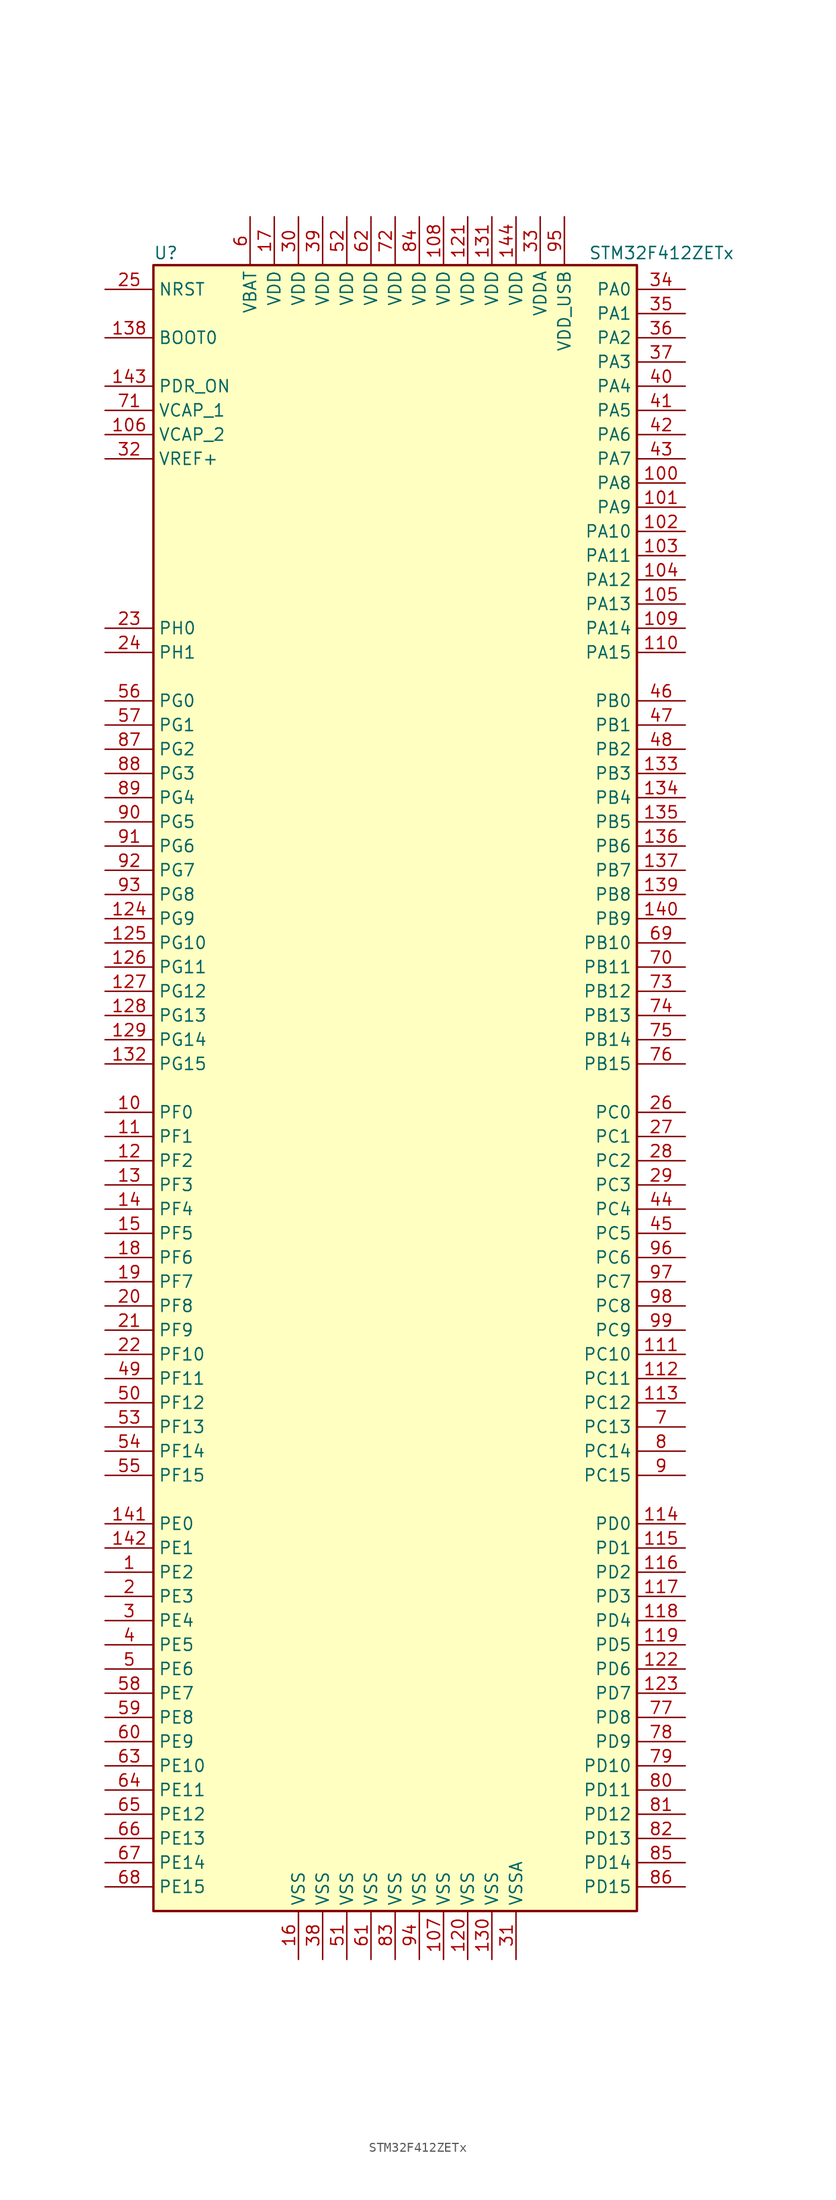
<source format=kicad_sym>
(kicad_symbol_lib
  (version 20211014)
  (generator kicad_symbol_editor)
  (symbol "STM32F412ZETx"
    (property "Reference" "U"
      (at -25.4 87.63 0)
      (effects (font (size 1.27 1.27)) (justify left)))
    (property "Value" "STM32F412ZETx"
      (at 20.32 87.63 0)
      (effects (font (size 1.27 1.27)) (justify left)))
    (symbol "STM32F412ZETx_0_1"
      (rectangle (start -25.4 -86.36) (end 25.4 86.36) (stroke (width 0.254) (type default) (color 0 0 0 0)) (fill (type background))))
    (symbol "STM32F412ZETx_1_1"
      (pin bidirectional line (at -30.48 -50.8 0) (length 5.08) (name "PE2" (effects (font (size 1.27 1.27)))) (number "1" (effects (font (size 1.27 1.27)))))
      (pin bidirectional line (at -30.48 -2.54 0) (length 5.08) (name "PF0" (effects (font (size 1.27 1.27)))) (number "10" (effects (font (size 1.27 1.27)))))
      (pin bidirectional line (at 30.48 63.5 180) (length 5.08) (name "PA8" (effects (font (size 1.27 1.27)))) (number "100" (effects (font (size 1.27 1.27)))))
      (pin bidirectional line (at 30.48 60.96 180) (length 5.08) (name "PA9" (effects (font (size 1.27 1.27)))) (number "101" (effects (font (size 1.27 1.27)))))
      (pin bidirectional line (at 30.48 58.42 180) (length 5.08) (name "PA10" (effects (font (size 1.27 1.27)))) (number "102" (effects (font (size 1.27 1.27)))))
      (pin bidirectional line (at 30.48 55.88 180) (length 5.08) (name "PA11" (effects (font (size 1.27 1.27)))) (number "103" (effects (font (size 1.27 1.27)))))
      (pin bidirectional line (at 30.48 53.34 180) (length 5.08) (name "PA12" (effects (font (size 1.27 1.27)))) (number "104" (effects (font (size 1.27 1.27)))))
      (pin bidirectional line (at 30.48 50.8 180) (length 5.08) (name "PA13" (effects (font (size 1.27 1.27)))) (number "105" (effects (font (size 1.27 1.27)))))
      (pin power_in line (at -30.48 68.58 0) (length 5.08) (name "VCAP_2" (effects (font (size 1.27 1.27)))) (number "106" (effects (font (size 1.27 1.27)))))
      (pin power_in line (at 5.08 -91.44 90) (length 5.08) (name "VSS" (effects (font (size 1.27 1.27)))) (number "107" (effects (font (size 1.27 1.27)))))
      (pin power_in line (at 5.08 91.44 270) (length 5.08) (name "VDD" (effects (font (size 1.27 1.27)))) (number "108" (effects (font (size 1.27 1.27)))))
      (pin bidirectional line (at 30.48 48.26 180) (length 5.08) (name "PA14" (effects (font (size 1.27 1.27)))) (number "109" (effects (font (size 1.27 1.27)))))
      (pin bidirectional line (at -30.48 -5.08 0) (length 5.08) (name "PF1" (effects (font (size 1.27 1.27)))) (number "11" (effects (font (size 1.27 1.27)))))
      (pin bidirectional line (at 30.48 45.72 180) (length 5.08) (name "PA15" (effects (font (size 1.27 1.27)))) (number "110" (effects (font (size 1.27 1.27)))))
      (pin bidirectional line (at 30.48 -27.94 180) (length 5.08) (name "PC10" (effects (font (size 1.27 1.27)))) (number "111" (effects (font (size 1.27 1.27)))))
      (pin bidirectional line (at 30.48 -30.48 180) (length 5.08) (name "PC11" (effects (font (size 1.27 1.27)))) (number "112" (effects (font (size 1.27 1.27)))))
      (pin bidirectional line (at 30.48 -33.02 180) (length 5.08) (name "PC12" (effects (font (size 1.27 1.27)))) (number "113" (effects (font (size 1.27 1.27)))))
      (pin bidirectional line (at 30.48 -45.72 180) (length 5.08) (name "PD0" (effects (font (size 1.27 1.27)))) (number "114" (effects (font (size 1.27 1.27)))))
      (pin bidirectional line (at 30.48 -48.26 180) (length 5.08) (name "PD1" (effects (font (size 1.27 1.27)))) (number "115" (effects (font (size 1.27 1.27)))))
      (pin bidirectional line (at 30.48 -50.8 180) (length 5.08) (name "PD2" (effects (font (size 1.27 1.27)))) (number "116" (effects (font (size 1.27 1.27)))))
      (pin bidirectional line (at 30.48 -53.34 180) (length 5.08) (name "PD3" (effects (font (size 1.27 1.27)))) (number "117" (effects (font (size 1.27 1.27)))))
      (pin bidirectional line (at 30.48 -55.88 180) (length 5.08) (name "PD4" (effects (font (size 1.27 1.27)))) (number "118" (effects (font (size 1.27 1.27)))))
      (pin bidirectional line (at 30.48 -58.42 180) (length 5.08) (name "PD5" (effects (font (size 1.27 1.27)))) (number "119" (effects (font (size 1.27 1.27)))))
      (pin bidirectional line (at -30.48 -7.62 0) (length 5.08) (name "PF2" (effects (font (size 1.27 1.27)))) (number "12" (effects (font (size 1.27 1.27)))))
      (pin power_in line (at 7.62 -91.44 90) (length 5.08) (name "VSS" (effects (font (size 1.27 1.27)))) (number "120" (effects (font (size 1.27 1.27)))))
      (pin power_in line (at 7.62 91.44 270) (length 5.08) (name "VDD" (effects (font (size 1.27 1.27)))) (number "121" (effects (font (size 1.27 1.27)))))
      (pin bidirectional line (at 30.48 -60.96 180) (length 5.08) (name "PD6" (effects (font (size 1.27 1.27)))) (number "122" (effects (font (size 1.27 1.27)))))
      (pin bidirectional line (at 30.48 -63.5 180) (length 5.08) (name "PD7" (effects (font (size 1.27 1.27)))) (number "123" (effects (font (size 1.27 1.27)))))
      (pin bidirectional line (at -30.48 17.78 0) (length 5.08) (name "PG9" (effects (font (size 1.27 1.27)))) (number "124" (effects (font (size 1.27 1.27)))))
      (pin bidirectional line (at -30.48 15.24 0) (length 5.08) (name "PG10" (effects (font (size 1.27 1.27)))) (number "125" (effects (font (size 1.27 1.27)))))
      (pin bidirectional line (at -30.48 12.7 0) (length 5.08) (name "PG11" (effects (font (size 1.27 1.27)))) (number "126" (effects (font (size 1.27 1.27)))))
      (pin bidirectional line (at -30.48 10.16 0) (length 5.08) (name "PG12" (effects (font (size 1.27 1.27)))) (number "127" (effects (font (size 1.27 1.27)))))
      (pin bidirectional line (at -30.48 7.62 0) (length 5.08) (name "PG13" (effects (font (size 1.27 1.27)))) (number "128" (effects (font (size 1.27 1.27)))))
      (pin bidirectional line (at -30.48 5.08 0) (length 5.08) (name "PG14" (effects (font (size 1.27 1.27)))) (number "129" (effects (font (size 1.27 1.27)))))
      (pin bidirectional line (at -30.48 -10.16 0) (length 5.08) (name "PF3" (effects (font (size 1.27 1.27)))) (number "13" (effects (font (size 1.27 1.27)))))
      (pin power_in line (at 10.16 -91.44 90) (length 5.08) (name "VSS" (effects (font (size 1.27 1.27)))) (number "130" (effects (font (size 1.27 1.27)))))
      (pin power_in line (at 10.16 91.44 270) (length 5.08) (name "VDD" (effects (font (size 1.27 1.27)))) (number "131" (effects (font (size 1.27 1.27)))))
      (pin bidirectional line (at -30.48 2.54 0) (length 5.08) (name "PG15" (effects (font (size 1.27 1.27)))) (number "132" (effects (font (size 1.27 1.27)))))
      (pin bidirectional line (at 30.48 33.02 180) (length 5.08) (name "PB3" (effects (font (size 1.27 1.27)))) (number "133" (effects (font (size 1.27 1.27)))))
      (pin bidirectional line (at 30.48 30.48 180) (length 5.08) (name "PB4" (effects (font (size 1.27 1.27)))) (number "134" (effects (font (size 1.27 1.27)))))
      (pin bidirectional line (at 30.48 27.94 180) (length 5.08) (name "PB5" (effects (font (size 1.27 1.27)))) (number "135" (effects (font (size 1.27 1.27)))))
      (pin bidirectional line (at 30.48 25.4 180) (length 5.08) (name "PB6" (effects (font (size 1.27 1.27)))) (number "136" (effects (font (size 1.27 1.27)))))
      (pin bidirectional line (at 30.48 22.86 180) (length 5.08) (name "PB7" (effects (font (size 1.27 1.27)))) (number "137" (effects (font (size 1.27 1.27)))))
      (pin input line (at -30.48 78.74 0) (length 5.08) (name "BOOT0" (effects (font (size 1.27 1.27)))) (number "138" (effects (font (size 1.27 1.27)))))
      (pin bidirectional line (at 30.48 20.32 180) (length 5.08) (name "PB8" (effects (font (size 1.27 1.27)))) (number "139" (effects (font (size 1.27 1.27)))))
      (pin bidirectional line (at -30.48 -12.7 0) (length 5.08) (name "PF4" (effects (font (size 1.27 1.27)))) (number "14" (effects (font (size 1.27 1.27)))))
      (pin bidirectional line (at 30.48 17.78 180) (length 5.08) (name "PB9" (effects (font (size 1.27 1.27)))) (number "140" (effects (font (size 1.27 1.27)))))
      (pin bidirectional line (at -30.48 -45.72 0) (length 5.08) (name "PE0" (effects (font (size 1.27 1.27)))) (number "141" (effects (font (size 1.27 1.27)))))
      (pin bidirectional line (at -30.48 -48.26 0) (length 5.08) (name "PE1" (effects (font (size 1.27 1.27)))) (number "142" (effects (font (size 1.27 1.27)))))
      (pin power_in line (at -30.48 73.66 0) (length 5.08) (name "PDR_ON" (effects (font (size 1.27 1.27)))) (number "143" (effects (font (size 1.27 1.27)))))
      (pin power_in line (at 12.7 91.44 270) (length 5.08) (name "VDD" (effects (font (size 1.27 1.27)))) (number "144" (effects (font (size 1.27 1.27)))))
      (pin bidirectional line (at -30.48 -15.24 0) (length 5.08) (name "PF5" (effects (font (size 1.27 1.27)))) (number "15" (effects (font (size 1.27 1.27)))))
      (pin power_in line (at -10.16 -91.44 90) (length 5.08) (name "VSS" (effects (font (size 1.27 1.27)))) (number "16" (effects (font (size 1.27 1.27)))))
      (pin power_in line (at -12.7 91.44 270) (length 5.08) (name "VDD" (effects (font (size 1.27 1.27)))) (number "17" (effects (font (size 1.27 1.27)))))
      (pin bidirectional line (at -30.48 -17.78 0) (length 5.08) (name "PF6" (effects (font (size 1.27 1.27)))) (number "18" (effects (font (size 1.27 1.27)))))
      (pin bidirectional line (at -30.48 -20.32 0) (length 5.08) (name "PF7" (effects (font (size 1.27 1.27)))) (number "19" (effects (font (size 1.27 1.27)))))
      (pin bidirectional line (at -30.48 -53.34 0) (length 5.08) (name "PE3" (effects (font (size 1.27 1.27)))) (number "2" (effects (font (size 1.27 1.27)))))
      (pin bidirectional line (at -30.48 -22.86 0) (length 5.08) (name "PF8" (effects (font (size 1.27 1.27)))) (number "20" (effects (font (size 1.27 1.27)))))
      (pin bidirectional line (at -30.48 -25.4 0) (length 5.08) (name "PF9" (effects (font (size 1.27 1.27)))) (number "21" (effects (font (size 1.27 1.27)))))
      (pin bidirectional line (at -30.48 -27.94 0) (length 5.08) (name "PF10" (effects (font (size 1.27 1.27)))) (number "22" (effects (font (size 1.27 1.27)))))
      (pin input line (at -30.48 48.26 0) (length 5.08) (name "PH0" (effects (font (size 1.27 1.27)))) (number "23" (effects (font (size 1.27 1.27)))))
      (pin input line (at -30.48 45.72 0) (length 5.08) (name "PH1" (effects (font (size 1.27 1.27)))) (number "24" (effects (font (size 1.27 1.27)))))
      (pin input line (at -30.48 83.82 0) (length 5.08) (name "NRST" (effects (font (size 1.27 1.27)))) (number "25" (effects (font (size 1.27 1.27)))))
      (pin bidirectional line (at 30.48 -2.54 180) (length 5.08) (name "PC0" (effects (font (size 1.27 1.27)))) (number "26" (effects (font (size 1.27 1.27)))))
      (pin bidirectional line (at 30.48 -5.08 180) (length 5.08) (name "PC1" (effects (font (size 1.27 1.27)))) (number "27" (effects (font (size 1.27 1.27)))))
      (pin bidirectional line (at 30.48 -7.62 180) (length 5.08) (name "PC2" (effects (font (size 1.27 1.27)))) (number "28" (effects (font (size 1.27 1.27)))))
      (pin bidirectional line (at 30.48 -10.16 180) (length 5.08) (name "PC3" (effects (font (size 1.27 1.27)))) (number "29" (effects (font (size 1.27 1.27)))))
      (pin bidirectional line (at -30.48 -55.88 0) (length 5.08) (name "PE4" (effects (font (size 1.27 1.27)))) (number "3" (effects (font (size 1.27 1.27)))))
      (pin power_in line (at -10.16 91.44 270) (length 5.08) (name "VDD" (effects (font (size 1.27 1.27)))) (number "30" (effects (font (size 1.27 1.27)))))
      (pin power_in line (at 12.7 -91.44 90) (length 5.08) (name "VSSA" (effects (font (size 1.27 1.27)))) (number "31" (effects (font (size 1.27 1.27)))))
      (pin power_in line (at -30.48 66.04 0) (length 5.08) (name "VREF+" (effects (font (size 1.27 1.27)))) (number "32" (effects (font (size 1.27 1.27)))))
      (pin power_in line (at 15.24 91.44 270) (length 5.08) (name "VDDA" (effects (font (size 1.27 1.27)))) (number "33" (effects (font (size 1.27 1.27)))))
      (pin bidirectional line (at 30.48 83.82 180) (length 5.08) (name "PA0" (effects (font (size 1.27 1.27)))) (number "34" (effects (font (size 1.27 1.27)))))
      (pin bidirectional line (at 30.48 81.28 180) (length 5.08) (name "PA1" (effects (font (size 1.27 1.27)))) (number "35" (effects (font (size 1.27 1.27)))))
      (pin bidirectional line (at 30.48 78.74 180) (length 5.08) (name "PA2" (effects (font (size 1.27 1.27)))) (number "36" (effects (font (size 1.27 1.27)))))
      (pin bidirectional line (at 30.48 76.2 180) (length 5.08) (name "PA3" (effects (font (size 1.27 1.27)))) (number "37" (effects (font (size 1.27 1.27)))))
      (pin power_in line (at -7.62 -91.44 90) (length 5.08) (name "VSS" (effects (font (size 1.27 1.27)))) (number "38" (effects (font (size 1.27 1.27)))))
      (pin power_in line (at -7.62 91.44 270) (length 5.08) (name "VDD" (effects (font (size 1.27 1.27)))) (number "39" (effects (font (size 1.27 1.27)))))
      (pin bidirectional line (at -30.48 -58.42 0) (length 5.08) (name "PE5" (effects (font (size 1.27 1.27)))) (number "4" (effects (font (size 1.27 1.27)))))
      (pin bidirectional line (at 30.48 73.66 180) (length 5.08) (name "PA4" (effects (font (size 1.27 1.27)))) (number "40" (effects (font (size 1.27 1.27)))))
      (pin bidirectional line (at 30.48 71.12 180) (length 5.08) (name "PA5" (effects (font (size 1.27 1.27)))) (number "41" (effects (font (size 1.27 1.27)))))
      (pin bidirectional line (at 30.48 68.58 180) (length 5.08) (name "PA6" (effects (font (size 1.27 1.27)))) (number "42" (effects (font (size 1.27 1.27)))))
      (pin bidirectional line (at 30.48 66.04 180) (length 5.08) (name "PA7" (effects (font (size 1.27 1.27)))) (number "43" (effects (font (size 1.27 1.27)))))
      (pin bidirectional line (at 30.48 -12.7 180) (length 5.08) (name "PC4" (effects (font (size 1.27 1.27)))) (number "44" (effects (font (size 1.27 1.27)))))
      (pin bidirectional line (at 30.48 -15.24 180) (length 5.08) (name "PC5" (effects (font (size 1.27 1.27)))) (number "45" (effects (font (size 1.27 1.27)))))
      (pin bidirectional line (at 30.48 40.64 180) (length 5.08) (name "PB0" (effects (font (size 1.27 1.27)))) (number "46" (effects (font (size 1.27 1.27)))))
      (pin bidirectional line (at 30.48 38.1 180) (length 5.08) (name "PB1" (effects (font (size 1.27 1.27)))) (number "47" (effects (font (size 1.27 1.27)))))
      (pin bidirectional line (at 30.48 35.56 180) (length 5.08) (name "PB2" (effects (font (size 1.27 1.27)))) (number "48" (effects (font (size 1.27 1.27)))))
      (pin bidirectional line (at -30.48 -30.48 0) (length 5.08) (name "PF11" (effects (font (size 1.27 1.27)))) (number "49" (effects (font (size 1.27 1.27)))))
      (pin bidirectional line (at -30.48 -60.96 0) (length 5.08) (name "PE6" (effects (font (size 1.27 1.27)))) (number "5" (effects (font (size 1.27 1.27)))))
      (pin bidirectional line (at -30.48 -33.02 0) (length 5.08) (name "PF12" (effects (font (size 1.27 1.27)))) (number "50" (effects (font (size 1.27 1.27)))))
      (pin power_in line (at -5.08 -91.44 90) (length 5.08) (name "VSS" (effects (font (size 1.27 1.27)))) (number "51" (effects (font (size 1.27 1.27)))))
      (pin power_in line (at -5.08 91.44 270) (length 5.08) (name "VDD" (effects (font (size 1.27 1.27)))) (number "52" (effects (font (size 1.27 1.27)))))
      (pin bidirectional line (at -30.48 -35.56 0) (length 5.08) (name "PF13" (effects (font (size 1.27 1.27)))) (number "53" (effects (font (size 1.27 1.27)))))
      (pin bidirectional line (at -30.48 -38.1 0) (length 5.08) (name "PF14" (effects (font (size 1.27 1.27)))) (number "54" (effects (font (size 1.27 1.27)))))
      (pin bidirectional line (at -30.48 -40.64 0) (length 5.08) (name "PF15" (effects (font (size 1.27 1.27)))) (number "55" (effects (font (size 1.27 1.27)))))
      (pin bidirectional line (at -30.48 40.64 0) (length 5.08) (name "PG0" (effects (font (size 1.27 1.27)))) (number "56" (effects (font (size 1.27 1.27)))))
      (pin bidirectional line (at -30.48 38.1 0) (length 5.08) (name "PG1" (effects (font (size 1.27 1.27)))) (number "57" (effects (font (size 1.27 1.27)))))
      (pin bidirectional line (at -30.48 -63.5 0) (length 5.08) (name "PE7" (effects (font (size 1.27 1.27)))) (number "58" (effects (font (size 1.27 1.27)))))
      (pin bidirectional line (at -30.48 -66.04 0) (length 5.08) (name "PE8" (effects (font (size 1.27 1.27)))) (number "59" (effects (font (size 1.27 1.27)))))
      (pin power_in line (at -15.24 91.44 270) (length 5.08) (name "VBAT" (effects (font (size 1.27 1.27)))) (number "6" (effects (font (size 1.27 1.27)))))
      (pin bidirectional line (at -30.48 -68.58 0) (length 5.08) (name "PE9" (effects (font (size 1.27 1.27)))) (number "60" (effects (font (size 1.27 1.27)))))
      (pin power_in line (at -2.54 -91.44 90) (length 5.08) (name "VSS" (effects (font (size 1.27 1.27)))) (number "61" (effects (font (size 1.27 1.27)))))
      (pin power_in line (at -2.54 91.44 270) (length 5.08) (name "VDD" (effects (font (size 1.27 1.27)))) (number "62" (effects (font (size 1.27 1.27)))))
      (pin bidirectional line (at -30.48 -71.12 0) (length 5.08) (name "PE10" (effects (font (size 1.27 1.27)))) (number "63" (effects (font (size 1.27 1.27)))))
      (pin bidirectional line (at -30.48 -73.66 0) (length 5.08) (name "PE11" (effects (font (size 1.27 1.27)))) (number "64" (effects (font (size 1.27 1.27)))))
      (pin bidirectional line (at -30.48 -76.2 0) (length 5.08) (name "PE12" (effects (font (size 1.27 1.27)))) (number "65" (effects (font (size 1.27 1.27)))))
      (pin bidirectional line (at -30.48 -78.74 0) (length 5.08) (name "PE13" (effects (font (size 1.27 1.27)))) (number "66" (effects (font (size 1.27 1.27)))))
      (pin bidirectional line (at -30.48 -81.28 0) (length 5.08) (name "PE14" (effects (font (size 1.27 1.27)))) (number "67" (effects (font (size 1.27 1.27)))))
      (pin bidirectional line (at -30.48 -83.82 0) (length 5.08) (name "PE15" (effects (font (size 1.27 1.27)))) (number "68" (effects (font (size 1.27 1.27)))))
      (pin bidirectional line (at 30.48 15.24 180) (length 5.08) (name "PB10" (effects (font (size 1.27 1.27)))) (number "69" (effects (font (size 1.27 1.27)))))
      (pin bidirectional line (at 30.48 -35.56 180) (length 5.08) (name "PC13" (effects (font (size 1.27 1.27)))) (number "7" (effects (font (size 1.27 1.27)))))
      (pin bidirectional line (at 30.48 12.7 180) (length 5.08) (name "PB11" (effects (font (size 1.27 1.27)))) (number "70" (effects (font (size 1.27 1.27)))))
      (pin power_in line (at -30.48 71.12 0) (length 5.08) (name "VCAP_1" (effects (font (size 1.27 1.27)))) (number "71" (effects (font (size 1.27 1.27)))))
      (pin power_in line (at 0 91.44 270) (length 5.08) (name "VDD" (effects (font (size 1.27 1.27)))) (number "72" (effects (font (size 1.27 1.27)))))
      (pin bidirectional line (at 30.48 10.16 180) (length 5.08) (name "PB12" (effects (font (size 1.27 1.27)))) (number "73" (effects (font (size 1.27 1.27)))))
      (pin bidirectional line (at 30.48 7.62 180) (length 5.08) (name "PB13" (effects (font (size 1.27 1.27)))) (number "74" (effects (font (size 1.27 1.27)))))
      (pin bidirectional line (at 30.48 5.08 180) (length 5.08) (name "PB14" (effects (font (size 1.27 1.27)))) (number "75" (effects (font (size 1.27 1.27)))))
      (pin bidirectional line (at 30.48 2.54 180) (length 5.08) (name "PB15" (effects (font (size 1.27 1.27)))) (number "76" (effects (font (size 1.27 1.27)))))
      (pin bidirectional line (at 30.48 -66.04 180) (length 5.08) (name "PD8" (effects (font (size 1.27 1.27)))) (number "77" (effects (font (size 1.27 1.27)))))
      (pin bidirectional line (at 30.48 -68.58 180) (length 5.08) (name "PD9" (effects (font (size 1.27 1.27)))) (number "78" (effects (font (size 1.27 1.27)))))
      (pin bidirectional line (at 30.48 -71.12 180) (length 5.08) (name "PD10" (effects (font (size 1.27 1.27)))) (number "79" (effects (font (size 1.27 1.27)))))
      (pin bidirectional line (at 30.48 -38.1 180) (length 5.08) (name "PC14" (effects (font (size 1.27 1.27)))) (number "8" (effects (font (size 1.27 1.27)))))
      (pin bidirectional line (at 30.48 -73.66 180) (length 5.08) (name "PD11" (effects (font (size 1.27 1.27)))) (number "80" (effects (font (size 1.27 1.27)))))
      (pin bidirectional line (at 30.48 -76.2 180) (length 5.08) (name "PD12" (effects (font (size 1.27 1.27)))) (number "81" (effects (font (size 1.27 1.27)))))
      (pin bidirectional line (at 30.48 -78.74 180) (length 5.08) (name "PD13" (effects (font (size 1.27 1.27)))) (number "82" (effects (font (size 1.27 1.27)))))
      (pin power_in line (at 0 -91.44 90) (length 5.08) (name "VSS" (effects (font (size 1.27 1.27)))) (number "83" (effects (font (size 1.27 1.27)))))
      (pin power_in line (at 2.54 91.44 270) (length 5.08) (name "VDD" (effects (font (size 1.27 1.27)))) (number "84" (effects (font (size 1.27 1.27)))))
      (pin bidirectional line (at 30.48 -81.28 180) (length 5.08) (name "PD14" (effects (font (size 1.27 1.27)))) (number "85" (effects (font (size 1.27 1.27)))))
      (pin bidirectional line (at 30.48 -83.82 180) (length 5.08) (name "PD15" (effects (font (size 1.27 1.27)))) (number "86" (effects (font (size 1.27 1.27)))))
      (pin bidirectional line (at -30.48 35.56 0) (length 5.08) (name "PG2" (effects (font (size 1.27 1.27)))) (number "87" (effects (font (size 1.27 1.27)))))
      (pin bidirectional line (at -30.48 33.02 0) (length 5.08) (name "PG3" (effects (font (size 1.27 1.27)))) (number "88" (effects (font (size 1.27 1.27)))))
      (pin bidirectional line (at -30.48 30.48 0) (length 5.08) (name "PG4" (effects (font (size 1.27 1.27)))) (number "89" (effects (font (size 1.27 1.27)))))
      (pin bidirectional line (at 30.48 -40.64 180) (length 5.08) (name "PC15" (effects (font (size 1.27 1.27)))) (number "9" (effects (font (size 1.27 1.27)))))
      (pin bidirectional line (at -30.48 27.94 0) (length 5.08) (name "PG5" (effects (font (size 1.27 1.27)))) (number "90" (effects (font (size 1.27 1.27)))))
      (pin bidirectional line (at -30.48 25.4 0) (length 5.08) (name "PG6" (effects (font (size 1.27 1.27)))) (number "91" (effects (font (size 1.27 1.27)))))
      (pin bidirectional line (at -30.48 22.86 0) (length 5.08) (name "PG7" (effects (font (size 1.27 1.27)))) (number "92" (effects (font (size 1.27 1.27)))))
      (pin bidirectional line (at -30.48 20.32 0) (length 5.08) (name "PG8" (effects (font (size 1.27 1.27)))) (number "93" (effects (font (size 1.27 1.27)))))
      (pin power_in line (at 2.54 -91.44 90) (length 5.08) (name "VSS" (effects (font (size 1.27 1.27)))) (number "94" (effects (font (size 1.27 1.27)))))
      (pin power_in line (at 17.78 91.44 270) (length 5.08) (name "VDD_USB" (effects (font (size 1.27 1.27)))) (number "95" (effects (font (size 1.27 1.27)))))
      (pin bidirectional line (at 30.48 -17.78 180) (length 5.08) (name "PC6" (effects (font (size 1.27 1.27)))) (number "96" (effects (font (size 1.27 1.27)))))
      (pin bidirectional line (at 30.48 -20.32 180) (length 5.08) (name "PC7" (effects (font (size 1.27 1.27)))) (number "97" (effects (font (size 1.27 1.27)))))
      (pin bidirectional line (at 30.48 -22.86 180) (length 5.08) (name "PC8" (effects (font (size 1.27 1.27)))) (number "98" (effects (font (size 1.27 1.27)))))
      (pin bidirectional line (at 30.48 -25.4 180) (length 5.08) (name "PC9" (effects (font (size 1.27 1.27)))) (number "99" (effects (font (size 1.27 1.27))))))))
</source>
